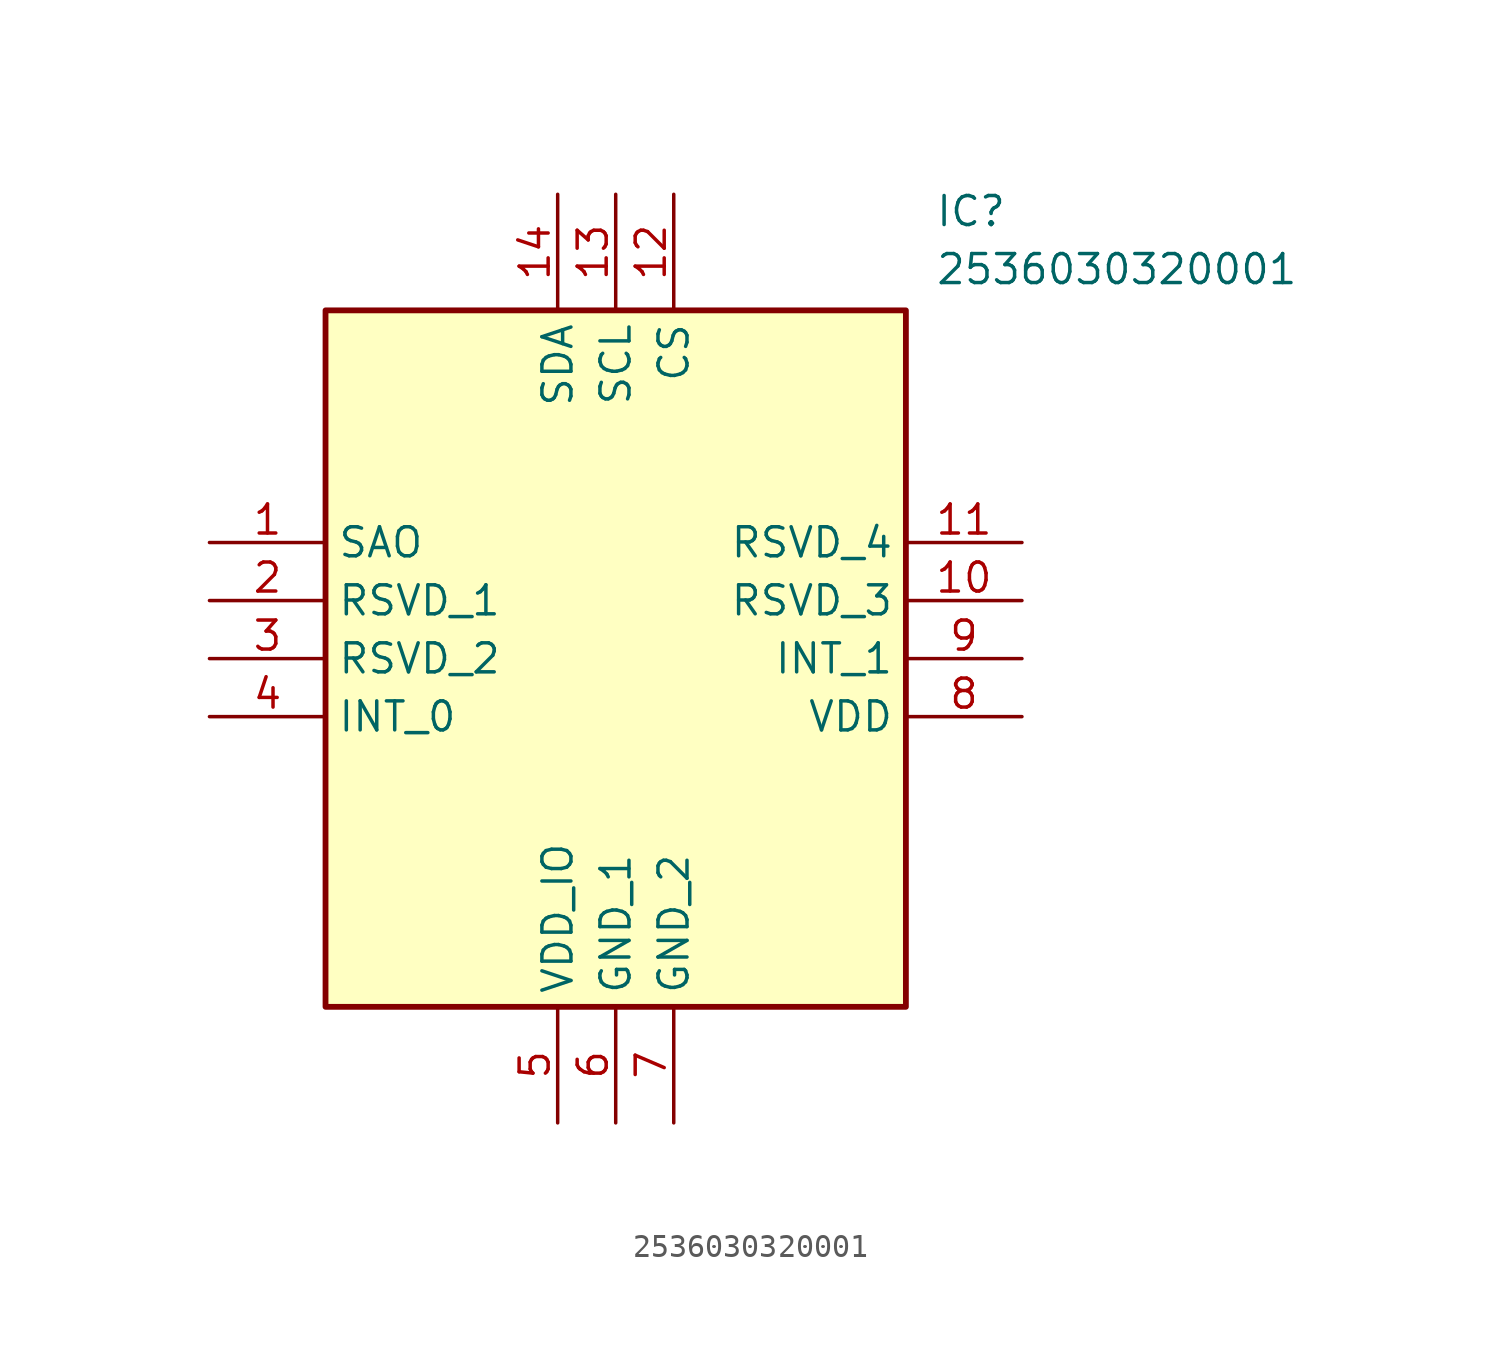
<source format=kicad_sym>
(kicad_symbol_lib
  (version 20211014)
  (generator SamacSys_ECAD_Model)
  (symbol "2536030320001"
    (property "Reference" "IC"
      (at 31.75 15.24 0)
      (effects (font (size 1.27 1.27)) (justify left top)))
    (property "Value" "2536030320001"
      (at 31.75 12.7 0)
      (effects (font (size 1.27 1.27)) (justify left top)))
    (rectangle
      (start 5.08 10.16)
      (end 30.48 -20.32)
      (stroke (width 0.254) (type default))
      (fill (type background)))
    (pin passive line
      (at 0 0 0)
      (length 5.08)
      (name "SAO" (effects (font (size 1.27 1.27))))
      (number "1" (effects (font (size 1.27 1.27)))))
    (pin passive line
      (at 0 -2.54 0)
      (length 5.08)
      (name "RSVD_1" (effects (font (size 1.27 1.27))))
      (number "2" (effects (font (size 1.27 1.27)))))
    (pin passive line
      (at 0 -5.08 0)
      (length 5.08)
      (name "RSVD_2" (effects (font (size 1.27 1.27))))
      (number "3" (effects (font (size 1.27 1.27)))))
    (pin passive line
      (at 0 -7.62 0)
      (length 5.08)
      (name "INT_0" (effects (font (size 1.27 1.27))))
      (number "4" (effects (font (size 1.27 1.27)))))
    (pin passive line
      (at 15.24 -25.4 90)
      (length 5.08)
      (name "VDD_IO" (effects (font (size 1.27 1.27))))
      (number "5" (effects (font (size 1.27 1.27)))))
    (pin passive line
      (at 17.78 -25.4 90)
      (length 5.08)
      (name "GND_1" (effects (font (size 1.27 1.27))))
      (number "6" (effects (font (size 1.27 1.27)))))
    (pin passive line
      (at 20.32 -25.4 90)
      (length 5.08)
      (name "GND_2" (effects (font (size 1.27 1.27))))
      (number "7" (effects (font (size 1.27 1.27)))))
    (pin passive line
      (at 35.56 -7.62 180)
      (length 5.08)
      (name "VDD" (effects (font (size 1.27 1.27))))
      (number "8" (effects (font (size 1.27 1.27)))))
    (pin passive line
      (at 35.56 -5.08 180)
      (length 5.08)
      (name "INT_1" (effects (font (size 1.27 1.27))))
      (number "9" (effects (font (size 1.27 1.27)))))
    (pin passive line
      (at 35.56 -2.54 180)
      (length 5.08)
      (name "RSVD_3" (effects (font (size 1.27 1.27))))
      (number "10" (effects (font (size 1.27 1.27)))))
    (pin passive line
      (at 35.56 0 180)
      (length 5.08)
      (name "RSVD_4" (effects (font (size 1.27 1.27))))
      (number "11" (effects (font (size 1.27 1.27)))))
    (pin passive line
      (at 20.32 15.24 270)
      (length 5.08)
      (name "CS" (effects (font (size 1.27 1.27))))
      (number "12" (effects (font (size 1.27 1.27)))))
    (pin passive line
      (at 17.78 15.24 270)
      (length 5.08)
      (name "SCL" (effects (font (size 1.27 1.27))))
      (number "13" (effects (font (size 1.27 1.27)))))
    (pin passive line
      (at 15.24 15.24 270)
      (length 5.08)
      (name "SDA" (effects (font (size 1.27 1.27))))
      (number "14" (effects (font (size 1.27 1.27)))))))
</source>
